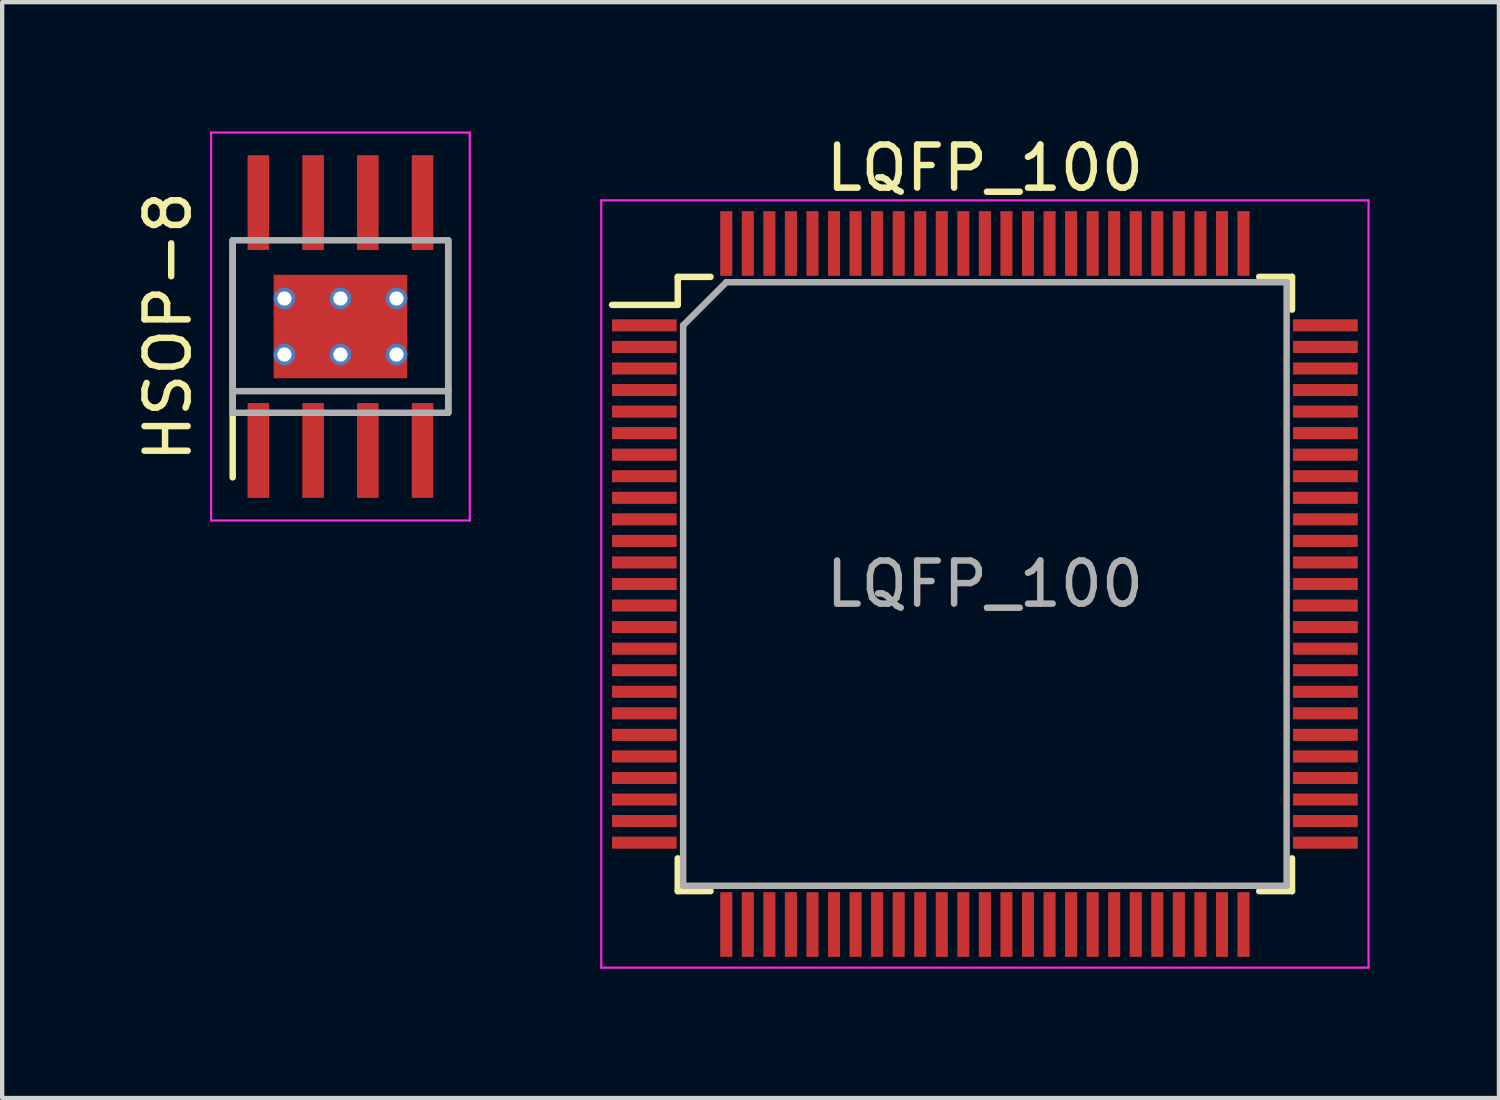
<source format=kicad_pcb>
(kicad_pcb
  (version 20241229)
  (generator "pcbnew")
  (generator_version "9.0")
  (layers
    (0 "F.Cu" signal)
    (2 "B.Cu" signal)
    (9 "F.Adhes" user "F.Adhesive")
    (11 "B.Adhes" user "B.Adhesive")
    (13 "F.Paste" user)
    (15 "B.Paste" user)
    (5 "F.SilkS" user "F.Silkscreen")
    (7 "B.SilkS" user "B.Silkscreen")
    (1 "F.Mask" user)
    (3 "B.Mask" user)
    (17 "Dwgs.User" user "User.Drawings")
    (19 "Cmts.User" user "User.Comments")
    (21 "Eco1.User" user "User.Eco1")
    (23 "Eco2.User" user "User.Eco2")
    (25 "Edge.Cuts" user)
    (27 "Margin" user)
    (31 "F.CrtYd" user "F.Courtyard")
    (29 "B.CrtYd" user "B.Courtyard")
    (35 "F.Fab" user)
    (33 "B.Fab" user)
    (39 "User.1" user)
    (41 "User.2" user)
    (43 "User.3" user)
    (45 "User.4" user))
  (footprint "LQFP_100"
    (layer "F.Cu")
    (at 19.798 10.498)
    (property "Reference" "LQFP_100" (at 0 -9.65 0) (layer "F.SilkS") (effects (font (size 1 1) (thickness 0.15))))
    (attr smd)
    (fp_line (start -7.125 -7.125) (end -7.125 -6.475) (stroke (width 0.15) (type solid)) (layer "F.SilkS"))
    (fp_line (start -7.125 -7.125) (end -6.365 -7.125) (stroke (width 0.15) (type solid)) (layer "F.SilkS"))
    (fp_line (start -7.125 -6.475) (end -8.65 -6.475) (stroke (width 0.15) (type solid)) (layer "F.SilkS"))
    (fp_line (start -7.125 7.125) (end -7.125 6.365) (stroke (width 0.15) (type solid)) (layer "F.SilkS"))
    (fp_line (start -7.125 7.125) (end -6.365 7.125) (stroke (width 0.15) (type solid)) (layer "F.SilkS"))
    (fp_line (start 7.125 -7.125) (end 6.365 -7.125) (stroke (width 0.15) (type solid)) (layer "F.SilkS"))
    (fp_line (start 7.125 -7.125) (end 7.125 -6.365) (stroke (width 0.15) (type solid)) (layer "F.SilkS"))
    (fp_line (start 7.125 7.125) (end 6.365 7.125) (stroke (width 0.15) (type solid)) (layer "F.SilkS"))
    (fp_line (start 7.125 7.125) (end 7.125 6.365) (stroke (width 0.15) (type solid)) (layer "F.SilkS"))
    (fp_line (start -8.9 -8.9) (end -8.9 8.9) (stroke (width 0.05) (type solid)) (layer "F.CrtYd"))
    (fp_line (start -8.9 -8.9) (end 8.9 -8.9) (stroke (width 0.05) (type solid)) (layer "F.CrtYd"))
    (fp_line (start -8.9 8.9) (end 8.9 8.9) (stroke (width 0.05) (type solid)) (layer "F.CrtYd"))
    (fp_line (start 8.9 -8.9) (end 8.9 8.9) (stroke (width 0.05) (type solid)) (layer "F.CrtYd"))
    (fp_line (start -7 -6) (end -6 -7) (stroke (width 0.15) (type solid)) (layer "F.Fab"))
    (fp_line (start -7 7) (end -7 -6) (stroke (width 0.15) (type solid)) (layer "F.Fab"))
    (fp_line (start -6 -7) (end 7 -7) (stroke (width 0.15) (type solid)) (layer "F.Fab"))
    (fp_line (start 7 -7) (end 7 7) (stroke (width 0.15) (type solid)) (layer "F.Fab"))
    (fp_line (start 7 7) (end -7 7) (stroke (width 0.15) (type solid)) (layer "F.Fab"))
    (fp_text user "${REFERENCE}" (at 0 0 0) (layer "F.Fab") (effects (font (size 1 1) (thickness 0.15))))
    (pad "1" smd rect (at -7.9 -6) (size 1.5 0.28) (layers "F.Cu" "F.Mask" "F.Paste"))
    (pad "2" smd rect (at -7.9 -5.5) (size 1.5 0.28) (layers "F.Cu" "F.Mask" "F.Paste"))
    (pad "3" smd rect (at -7.9 -5) (size 1.5 0.28) (layers "F.Cu" "F.Mask" "F.Paste"))
    (pad "4" smd rect (at -7.9 -4.5) (size 1.5 0.28) (layers "F.Cu" "F.Mask" "F.Paste"))
    (pad "5" smd rect (at -7.9 -4) (size 1.5 0.28) (layers "F.Cu" "F.Mask" "F.Paste"))
    (pad "6" smd rect (at -7.9 -3.5) (size 1.5 0.28) (layers "F.Cu" "F.Mask" "F.Paste"))
    (pad "7" smd rect (at -7.9 -3) (size 1.5 0.28) (layers "F.Cu" "F.Mask" "F.Paste"))
    (pad "8" smd rect (at -7.9 -2.5) (size 1.5 0.28) (layers "F.Cu" "F.Mask" "F.Paste"))
    (pad "9" smd rect (at -7.9 -2) (size 1.5 0.28) (layers "F.Cu" "F.Mask" "F.Paste"))
    (pad "10" smd rect (at -7.9 -1.5) (size 1.5 0.28) (layers "F.Cu" "F.Mask" "F.Paste"))
    (pad "11" smd rect (at -7.9 -1) (size 1.5 0.28) (layers "F.Cu" "F.Mask" "F.Paste"))
    (pad "12" smd rect (at -7.9 -0.5) (size 1.5 0.28) (layers "F.Cu" "F.Mask" "F.Paste"))
    (pad "13" smd rect (at -7.9 0) (size 1.5 0.28) (layers "F.Cu" "F.Mask" "F.Paste"))
    (pad "14" smd rect (at -7.9 0.5) (size 1.5 0.28) (layers "F.Cu" "F.Mask" "F.Paste"))
    (pad "15" smd rect (at -7.9 1) (size 1.5 0.28) (layers "F.Cu" "F.Mask" "F.Paste"))
    (pad "16" smd rect (at -7.9 1.5) (size 1.5 0.28) (layers "F.Cu" "F.Mask" "F.Paste"))
    (pad "17" smd rect (at -7.9 2) (size 1.5 0.28) (layers "F.Cu" "F.Mask" "F.Paste"))
    (pad "18" smd rect (at -7.9 2.5) (size 1.5 0.28) (layers "F.Cu" "F.Mask" "F.Paste"))
    (pad "19" smd rect (at -7.9 3) (size 1.5 0.28) (layers "F.Cu" "F.Mask" "F.Paste"))
    (pad "20" smd rect (at -7.9 3.5) (size 1.5 0.28) (layers "F.Cu" "F.Mask" "F.Paste"))
    (pad "21" smd rect (at -7.9 4) (size 1.5 0.28) (layers "F.Cu" "F.Mask" "F.Paste"))
    (pad "22" smd rect (at -7.9 4.5) (size 1.5 0.28) (layers "F.Cu" "F.Mask" "F.Paste"))
    (pad "23" smd rect (at -7.9 5) (size 1.5 0.28) (layers "F.Cu" "F.Mask" "F.Paste"))
    (pad "24" smd rect (at -7.9 5.5) (size 1.5 0.28) (layers "F.Cu" "F.Mask" "F.Paste"))
    (pad "25" smd rect (at -7.9 6) (size 1.5 0.28) (layers "F.Cu" "F.Mask" "F.Paste"))
    (pad "26" smd rect (at -6 7.9 90) (size 1.5 0.28) (layers "F.Cu" "F.Mask" "F.Paste"))
    (pad "27" smd rect (at -5.5 7.9 90) (size 1.5 0.28) (layers "F.Cu" "F.Mask" "F.Paste"))
    (pad "28" smd rect (at -5 7.9 90) (size 1.5 0.28) (layers "F.Cu" "F.Mask" "F.Paste"))
    (pad "29" smd rect (at -4.5 7.9 90) (size 1.5 0.28) (layers "F.Cu" "F.Mask" "F.Paste"))
    (pad "30" smd rect (at -4 7.9 90) (size 1.5 0.28) (layers "F.Cu" "F.Mask" "F.Paste"))
    (pad "31" smd rect (at -3.5 7.9 90) (size 1.5 0.28) (layers "F.Cu" "F.Mask" "F.Paste"))
    (pad "32" smd rect (at -3 7.9 90) (size 1.5 0.28) (layers "F.Cu" "F.Mask" "F.Paste"))
    (pad "33" smd rect (at -2.5 7.9 90) (size 1.5 0.28) (layers "F.Cu" "F.Mask" "F.Paste"))
    (pad "34" smd rect (at -2 7.9 90) (size 1.5 0.28) (layers "F.Cu" "F.Mask" "F.Paste"))
    (pad "35" smd rect (at -1.5 7.9 90) (size 1.5 0.28) (layers "F.Cu" "F.Mask" "F.Paste"))
    (pad "36" smd rect (at -1 7.9 90) (size 1.5 0.28) (layers "F.Cu" "F.Mask" "F.Paste"))
    (pad "37" smd rect (at -0.5 7.9 90) (size 1.5 0.28) (layers "F.Cu" "F.Mask" "F.Paste"))
    (pad "38" smd rect (at 0 7.9 90) (size 1.5 0.28) (layers "F.Cu" "F.Mask" "F.Paste"))
    (pad "39" smd rect (at 0.5 7.9 90) (size 1.5 0.28) (layers "F.Cu" "F.Mask" "F.Paste"))
    (pad "40" smd rect (at 1 7.9 90) (size 1.5 0.28) (layers "F.Cu" "F.Mask" "F.Paste"))
    (pad "41" smd rect (at 1.5 7.9 90) (size 1.5 0.28) (layers "F.Cu" "F.Mask" "F.Paste"))
    (pad "42" smd rect (at 2 7.9 90) (size 1.5 0.28) (layers "F.Cu" "F.Mask" "F.Paste"))
    (pad "43" smd rect (at 2.5 7.9 90) (size 1.5 0.28) (layers "F.Cu" "F.Mask" "F.Paste"))
    (pad "44" smd rect (at 3 7.9 90) (size 1.5 0.28) (layers "F.Cu" "F.Mask" "F.Paste"))
    (pad "45" smd rect (at 3.5 7.9 90) (size 1.5 0.28) (layers "F.Cu" "F.Mask" "F.Paste"))
    (pad "46" smd rect (at 4 7.9 90) (size 1.5 0.28) (layers "F.Cu" "F.Mask" "F.Paste"))
    (pad "47" smd rect (at 4.5 7.9 90) (size 1.5 0.28) (layers "F.Cu" "F.Mask" "F.Paste"))
    (pad "48" smd rect (at 5 7.9 90) (size 1.5 0.28) (layers "F.Cu" "F.Mask" "F.Paste"))
    (pad "49" smd rect (at 5.5 7.9 90) (size 1.5 0.28) (layers "F.Cu" "F.Mask" "F.Paste"))
    (pad "50" smd rect (at 6 7.9 90) (size 1.5 0.28) (layers "F.Cu" "F.Mask" "F.Paste"))
    (pad "51" smd rect (at 7.9 6) (size 1.5 0.28) (layers "F.Cu" "F.Mask" "F.Paste"))
    (pad "52" smd rect (at 7.9 5.5) (size 1.5 0.28) (layers "F.Cu" "F.Mask" "F.Paste"))
    (pad "53" smd rect (at 7.9 5) (size 1.5 0.28) (layers "F.Cu" "F.Mask" "F.Paste"))
    (pad "54" smd rect (at 7.9 4.5) (size 1.5 0.28) (layers "F.Cu" "F.Mask" "F.Paste"))
    (pad "55" smd rect (at 7.9 4) (size 1.5 0.28) (layers "F.Cu" "F.Mask" "F.Paste"))
    (pad "56" smd rect (at 7.9 3.5) (size 1.5 0.28) (layers "F.Cu" "F.Mask" "F.Paste"))
    (pad "57" smd rect (at 7.9 3) (size 1.5 0.28) (layers "F.Cu" "F.Mask" "F.Paste"))
    (pad "58" smd rect (at 7.9 2.5) (size 1.5 0.28) (layers "F.Cu" "F.Mask" "F.Paste"))
    (pad "59" smd rect (at 7.9 2) (size 1.5 0.28) (layers "F.Cu" "F.Mask" "F.Paste"))
    (pad "60" smd rect (at 7.9 1.5) (size 1.5 0.28) (layers "F.Cu" "F.Mask" "F.Paste"))
    (pad "61" smd rect (at 7.9 1) (size 1.5 0.28) (layers "F.Cu" "F.Mask" "F.Paste"))
    (pad "62" smd rect (at 7.9 0.5) (size 1.5 0.28) (layers "F.Cu" "F.Mask" "F.Paste"))
    (pad "63" smd rect (at 7.9 0) (size 1.5 0.28) (layers "F.Cu" "F.Mask" "F.Paste"))
    (pad "64" smd rect (at 7.9 -0.5) (size 1.5 0.28) (layers "F.Cu" "F.Mask" "F.Paste"))
    (pad "65" smd rect (at 7.9 -1) (size 1.5 0.28) (layers "F.Cu" "F.Mask" "F.Paste"))
    (pad "66" smd rect (at 7.9 -1.5) (size 1.5 0.28) (layers "F.Cu" "F.Mask" "F.Paste"))
    (pad "67" smd rect (at 7.9 -2) (size 1.5 0.28) (layers "F.Cu" "F.Mask" "F.Paste"))
    (pad "68" smd rect (at 7.9 -2.5) (size 1.5 0.28) (layers "F.Cu" "F.Mask" "F.Paste"))
    (pad "69" smd rect (at 7.9 -3) (size 1.5 0.28) (layers "F.Cu" "F.Mask" "F.Paste"))
    (pad "70" smd rect (at 7.9 -3.5) (size 1.5 0.28) (layers "F.Cu" "F.Mask" "F.Paste"))
    (pad "71" smd rect (at 7.9 -4) (size 1.5 0.28) (layers "F.Cu" "F.Mask" "F.Paste"))
    (pad "72" smd rect (at 7.9 -4.5) (size 1.5 0.28) (layers "F.Cu" "F.Mask" "F.Paste"))
    (pad "73" smd rect (at 7.9 -5) (size 1.5 0.28) (layers "F.Cu" "F.Mask" "F.Paste"))
    (pad "74" smd rect (at 7.9 -5.5) (size 1.5 0.28) (layers "F.Cu" "F.Mask" "F.Paste"))
    (pad "75" smd rect (at 7.9 -6) (size 1.5 0.28) (layers "F.Cu" "F.Mask" "F.Paste"))
    (pad "76" smd rect (at 6 -7.9 90) (size 1.5 0.28) (layers "F.Cu" "F.Mask" "F.Paste"))
    (pad "77" smd rect (at 5.5 -7.9 90) (size 1.5 0.28) (layers "F.Cu" "F.Mask" "F.Paste"))
    (pad "78" smd rect (at 5 -7.9 90) (size 1.5 0.28) (layers "F.Cu" "F.Mask" "F.Paste"))
    (pad "79" smd rect (at 4.5 -7.9 90) (size 1.5 0.28) (layers "F.Cu" "F.Mask" "F.Paste"))
    (pad "80" smd rect (at 4 -7.9 90) (size 1.5 0.28) (layers "F.Cu" "F.Mask" "F.Paste"))
    (pad "81" smd rect (at 3.5 -7.9 90) (size 1.5 0.28) (layers "F.Cu" "F.Mask" "F.Paste"))
    (pad "82" smd rect (at 3 -7.9 90) (size 1.5 0.28) (layers "F.Cu" "F.Mask" "F.Paste"))
    (pad "83" smd rect (at 2.5 -7.9 90) (size 1.5 0.28) (layers "F.Cu" "F.Mask" "F.Paste"))
    (pad "84" smd rect (at 2 -7.9 90) (size 1.5 0.28) (layers "F.Cu" "F.Mask" "F.Paste"))
    (pad "85" smd rect (at 1.5 -7.9 90) (size 1.5 0.28) (layers "F.Cu" "F.Mask" "F.Paste"))
    (pad "86" smd rect (at 1 -7.9 90) (size 1.5 0.28) (layers "F.Cu" "F.Mask" "F.Paste"))
    (pad "87" smd rect (at 0.5 -7.9 90) (size 1.5 0.28) (layers "F.Cu" "F.Mask" "F.Paste"))
    (pad "88" smd rect (at 0 -7.9 90) (size 1.5 0.28) (layers "F.Cu" "F.Mask" "F.Paste"))
    (pad "89" smd rect (at -0.5 -7.9 90) (size 1.5 0.28) (layers "F.Cu" "F.Mask" "F.Paste"))
    (pad "90" smd rect (at -1 -7.9 90) (size 1.5 0.28) (layers "F.Cu" "F.Mask" "F.Paste"))
    (pad "91" smd rect (at -1.5 -7.9 90) (size 1.5 0.28) (layers "F.Cu" "F.Mask" "F.Paste"))
    (pad "92" smd rect (at -2 -7.9 90) (size 1.5 0.28) (layers "F.Cu" "F.Mask" "F.Paste"))
    (pad "93" smd rect (at -2.5 -7.9 90) (size 1.5 0.28) (layers "F.Cu" "F.Mask" "F.Paste"))
    (pad "94" smd rect (at -3 -7.9 90) (size 1.5 0.28) (layers "F.Cu" "F.Mask" "F.Paste"))
    (pad "95" smd rect (at -3.5 -7.9 90) (size 1.5 0.28) (layers "F.Cu" "F.Mask" "F.Paste"))
    (pad "96" smd rect (at -4 -7.9 90) (size 1.5 0.28) (layers "F.Cu" "F.Mask" "F.Paste"))
    (pad "97" smd rect (at -4.5 -7.9 90) (size 1.5 0.28) (layers "F.Cu" "F.Mask" "F.Paste"))
    (pad "98" smd rect (at -5 -7.9 90) (size 1.5 0.28) (layers "F.Cu" "F.Mask" "F.Paste"))
    (pad "99" smd rect (at -5.5 -7.9 90) (size 1.5 0.28) (layers "F.Cu" "F.Mask" "F.Paste"))
    (pad "100" smd rect (at -6 -7.9 90) (size 1.5 0.28) (layers "F.Cu" "F.Mask" "F.Paste")))
  (footprint "HSOP-8"
    (layer "F.Cu")
    (at 4.848 4.525)
    (property "Reference" "HSOP-8" (at -4 0 90) (layer "F.SilkS") (effects (font (size 1 1) (thickness 0.15))))
    (attr through_hole)
    (fp_line (start -2.5 -2) (end -2.5 3.5) (stroke (width 0.15) (type solid)) (layer "F.SilkS"))
    (fp_line (start 2.5 -2) (end 2.5 2) (stroke (width 0.15) (type solid)) (layer "F.SilkS"))
    (fp_line (start 2.5 2) (end 2.5 2) (stroke (width 0.05) (type solid)) (layer "F.SilkS"))
    (fp_line (start -3 -4.5) (end -3 4.5) (stroke (width 0.05) (type solid)) (layer "F.CrtYd"))
    (fp_line (start -3 4.5) (end 3 4.5) (stroke (width 0.05) (type solid)) (layer "F.CrtYd"))
    (fp_line (start 3 -4.5) (end -3 -4.5) (stroke (width 0.05) (type solid)) (layer "F.CrtYd"))
    (fp_line (start 3 -4.5) (end 3 4.5) (stroke (width 0.05) (type solid)) (layer "F.CrtYd"))
    (fp_line (start 3 4.5) (end 3 4.5) (stroke (width 0.05) (type solid)) (layer "F.CrtYd"))
    (fp_line (start -2.5 -2) (end -2.5 -2) (stroke (width 0.15) (type solid)) (layer "F.Fab"))
    (fp_line (start -2.5 -2) (end 2.5 -2) (stroke (width 0.15) (type solid)) (layer "F.Fab"))
    (fp_line (start -2.5 1.5) (end 2.5 1.5) (stroke (width 0.15) (type solid)) (layer "F.Fab"))
    (fp_line (start -2.5 2) (end -2.5 -2) (stroke (width 0.15) (type solid)) (layer "F.Fab"))
    (fp_line (start 2.5 -2) (end 2.5 2) (stroke (width 0.15) (type solid)) (layer "F.Fab"))
    (fp_line (start 2.5 1.5) (end 2.5 1.5) (stroke (width 0.15) (type solid)) (layer "F.Fab"))
    (fp_line (start 2.5 1.5) (end 2.5 1.5) (stroke (width 0.15) (type solid)) (layer "F.Fab"))
    (fp_line (start 2.5 2) (end -2.5 2) (stroke (width 0.15) (type solid)) (layer "F.Fab"))
    (pad "1" smd rect (at -1.905 2.875) (size 0.5 2.2) (layers "F.Cu" "F.Mask" "F.Paste"))
    (pad "2" smd rect (at -0.635 2.875) (size 0.5 2.2) (layers "F.Cu" "F.Mask" "F.Paste"))
    (pad "3" smd rect (at 0.635 2.875) (size 0.5 2.2) (layers "F.Cu" "F.Mask" "F.Paste"))
    (pad "4" smd rect (at 1.905 2.875) (size 0.5 2.2) (layers "F.Cu" "F.Mask" "F.Paste"))
    (pad "5" smd rect (at 1.905 -2.875) (size 0.5 2.2) (layers "F.Cu" "F.Mask" "F.Paste"))
    (pad "6" smd rect (at 0.635 -2.875) (size 0.5 2.2) (layers "F.Cu" "F.Mask" "F.Paste"))
    (pad "7" thru_hole circle (at -1.3 -0.65) (size 0.5 0.5) (drill 0.33) (layers "*.Cu" "*.Mask"))
    (pad "7" thru_hole circle (at -1.3 0.65) (size 0.5 0.5) (drill 0.33) (layers "*.Cu" "*.Mask"))
    (pad "7" smd rect (at -0.635 -2.875) (size 0.5 2.2) (layers "F.Cu" "F.Mask" "F.Paste"))
    (pad "7" thru_hole circle (at 0 -0.65) (size 0.5 0.5) (drill 0.33) (layers "*.Cu" "*.Mask"))
    (pad "7" thru_hole circle (at 0 0.65) (size 0.5 0.5) (drill 0.33) (layers "*.Cu" "*.Mask"))
    (pad "7" thru_hole circle (at 1.3 -0.65) (size 0.5 0.5) (drill 0.33) (layers "*.Cu" "*.Mask"))
    (pad "7" thru_hole circle (at 1.3 0.65) (size 0.5 0.5) (drill 0.33) (layers "*.Cu" "*.Mask"))
    (pad "8" smd rect (at -1.905 -2.875) (size 0.5 2.2) (layers "F.Cu" "F.Mask" "F.Paste"))
    (pad "9" smd rect (at 0 0) (size 3.1 2.4) (layers "F.Cu" "F.Mask" "F.Paste")))
  (gr_rect
    (start -3 -3)
    (end 31.723 22.423)
    (stroke (width 0.1) (type default))
    (fill no)
    (layer "Edge.Cuts")))
</source>
